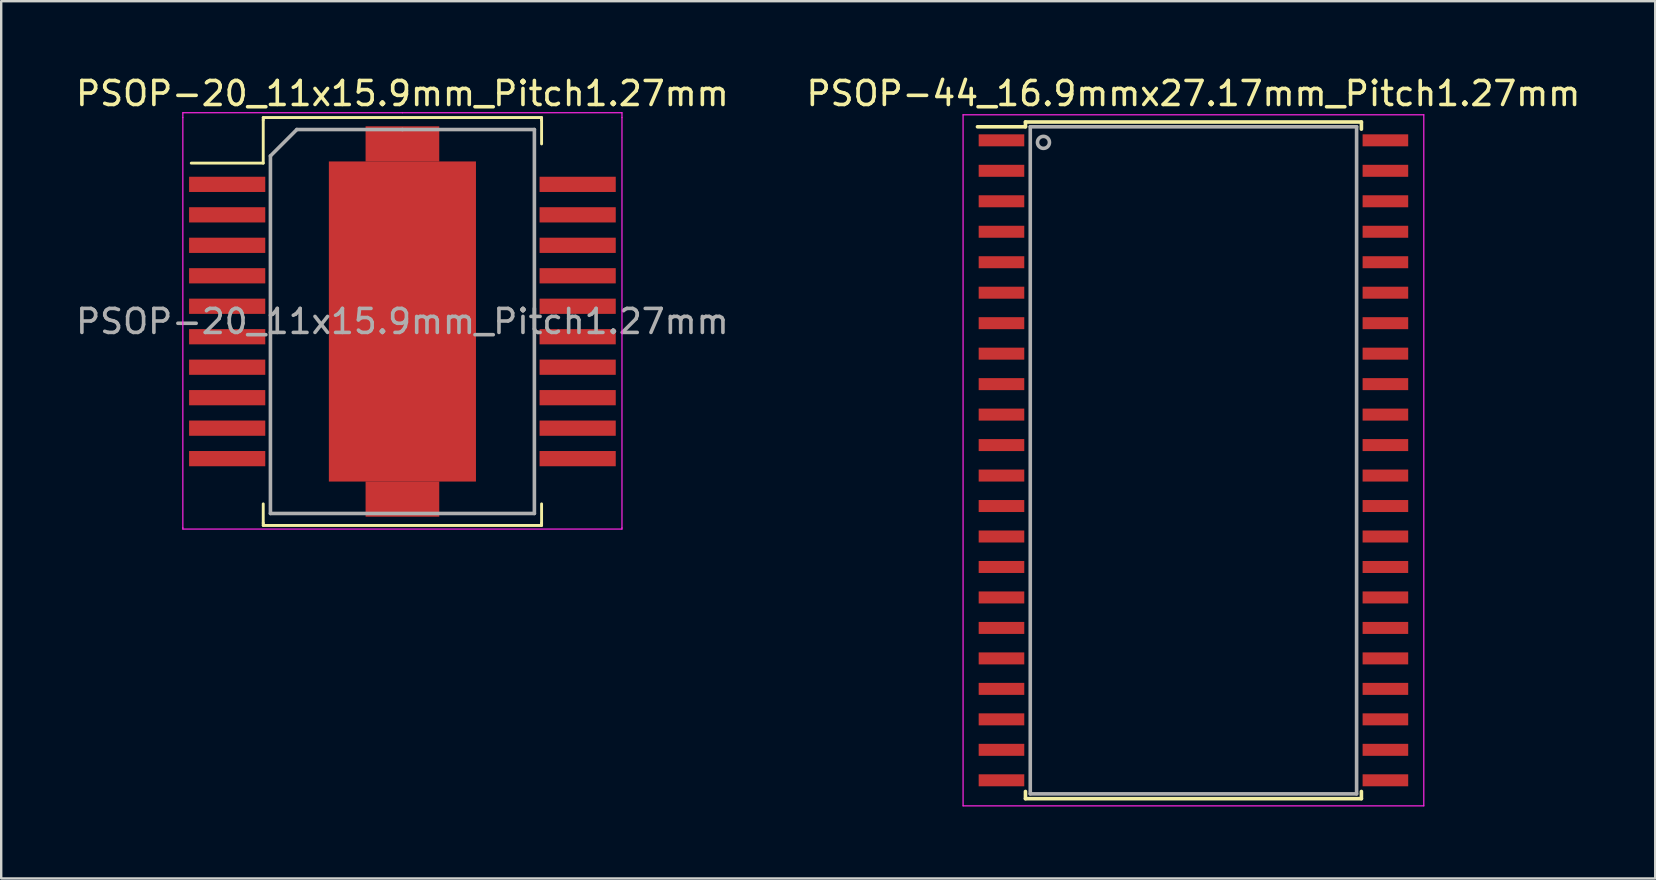
<source format=kicad_pcb>
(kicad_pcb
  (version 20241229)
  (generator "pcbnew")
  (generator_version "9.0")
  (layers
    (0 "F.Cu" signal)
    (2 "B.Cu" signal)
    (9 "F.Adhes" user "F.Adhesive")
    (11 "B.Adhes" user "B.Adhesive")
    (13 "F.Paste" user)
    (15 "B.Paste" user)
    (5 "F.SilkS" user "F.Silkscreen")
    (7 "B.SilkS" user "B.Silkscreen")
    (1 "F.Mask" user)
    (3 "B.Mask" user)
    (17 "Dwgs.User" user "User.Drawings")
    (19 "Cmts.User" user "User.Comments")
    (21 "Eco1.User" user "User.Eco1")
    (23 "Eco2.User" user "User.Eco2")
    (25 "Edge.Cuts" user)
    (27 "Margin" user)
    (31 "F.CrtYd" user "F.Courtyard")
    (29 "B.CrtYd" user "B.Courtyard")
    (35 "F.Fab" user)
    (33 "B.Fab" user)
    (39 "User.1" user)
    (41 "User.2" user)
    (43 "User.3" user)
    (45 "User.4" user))
  (footprint "PSOP-44_16.9mmx27.17mm_Pitch1.27mm"
    (layer "F.Cu")
    (at 46.685 16.133)
    (property "Reference" "PSOP-44_16.9mmx27.17mm_Pitch1.27mm" (at 0 -15.285 0) (layer "F.SilkS") (effects (font (size 1 1) (thickness 0.15))))
    (attr smd)
    (fp_line (start -7 -14.1) (end -7 -13.9) (stroke (width 0.15) (type solid)) (layer "F.SilkS"))
    (fp_line (start -7 -14.1) (end 7 -14.1) (stroke (width 0.15) (type solid)) (layer "F.SilkS"))
    (fp_line (start -7 -13.9) (end -9 -13.9) (stroke (width 0.15) (type solid)) (layer "F.SilkS"))
    (fp_line (start -7 13.8) (end -7 14.1) (stroke (width 0.15) (type solid)) (layer "F.SilkS"))
    (fp_line (start -7 14.1) (end 7 14.1) (stroke (width 0.15) (type solid)) (layer "F.SilkS"))
    (fp_line (start 7 -14.1) (end 7 -13.8) (stroke (width 0.15) (type solid)) (layer "F.SilkS"))
    (fp_line (start 7 13.8) (end 7 14.1) (stroke (width 0.15) (type solid)) (layer "F.SilkS"))
    (fp_line (start -9.6 -14.4) (end -9.6 14.4) (stroke (width 0.05) (type solid)) (layer "F.CrtYd"))
    (fp_line (start -9.6 -14.4) (end 9.6 -14.4) (stroke (width 0.05) (type solid)) (layer "F.CrtYd"))
    (fp_line (start -9.6 14.4) (end 9.6 14.4) (stroke (width 0.05) (type solid)) (layer "F.CrtYd"))
    (fp_line (start 9.6 -14.4) (end 9.6 14.4) (stroke (width 0.05) (type solid)) (layer "F.CrtYd"))
    (fp_line (start -6.8 -13.9) (end 6.8 -13.9) (stroke (width 0.15) (type solid)) (layer "F.Fab"))
    (fp_line (start -6.8 13.9) (end -6.8 -13.9) (stroke (width 0.15) (type solid)) (layer "F.Fab"))
    (fp_line (start 6.8 -13.9) (end 6.8 13.9) (stroke (width 0.15) (type solid)) (layer "F.Fab"))
    (fp_line (start 6.8 13.9) (end -6.8 13.9) (stroke (width 0.15) (type solid)) (layer "F.Fab"))
    (fp_circle (center -6.25 -13.25) (end -6.5 -13.25) (stroke (width 0.15) (type solid)) (fill no) (layer "F.Fab"))
    (pad "1" smd rect (at -8 -13.335 270) (size 0.5 1.9) (layers "F.Cu" "F.Mask" "F.Paste"))
    (pad "2" smd rect (at -8 -12.065 270) (size 0.5 1.9) (layers "F.Cu" "F.Mask" "F.Paste"))
    (pad "3" smd rect (at -8 -10.795 270) (size 0.5 1.9) (layers "F.Cu" "F.Mask" "F.Paste"))
    (pad "4" smd rect (at -8 -9.525 270) (size 0.5 1.9) (layers "F.Cu" "F.Mask" "F.Paste"))
    (pad "5" smd rect (at -8 -8.255 270) (size 0.5 1.9) (layers "F.Cu" "F.Mask" "F.Paste"))
    (pad "6" smd rect (at -8 -6.985 270) (size 0.5 1.9) (layers "F.Cu" "F.Mask" "F.Paste"))
    (pad "7" smd rect (at -8 -5.715 270) (size 0.5 1.9) (layers "F.Cu" "F.Mask" "F.Paste"))
    (pad "8" smd rect (at -8 -4.445 270) (size 0.5 1.9) (layers "F.Cu" "F.Mask" "F.Paste"))
    (pad "9" smd rect (at -8 -3.175 270) (size 0.5 1.9) (layers "F.Cu" "F.Mask" "F.Paste"))
    (pad "10" smd rect (at -8 -1.905 270) (size 0.5 1.9) (layers "F.Cu" "F.Mask" "F.Paste"))
    (pad "11" smd rect (at -8 -0.635 270) (size 0.5 1.9) (layers "F.Cu" "F.Mask" "F.Paste"))
    (pad "12" smd rect (at -8 0.635 270) (size 0.5 1.9) (layers "F.Cu" "F.Mask" "F.Paste"))
    (pad "13" smd rect (at -8 1.905 270) (size 0.5 1.9) (layers "F.Cu" "F.Mask" "F.Paste"))
    (pad "14" smd rect (at -8 3.175 270) (size 0.5 1.9) (layers "F.Cu" "F.Mask" "F.Paste"))
    (pad "15" smd rect (at -8 4.445 270) (size 0.5 1.9) (layers "F.Cu" "F.Mask" "F.Paste"))
    (pad "16" smd rect (at -8 5.715 270) (size 0.5 1.9) (layers "F.Cu" "F.Mask" "F.Paste"))
    (pad "17" smd rect (at -8 6.985 270) (size 0.5 1.9) (layers "F.Cu" "F.Mask" "F.Paste"))
    (pad "18" smd rect (at -8 8.255 270) (size 0.5 1.9) (layers "F.Cu" "F.Mask" "F.Paste"))
    (pad "19" smd rect (at -8 9.525 270) (size 0.5 1.9) (layers "F.Cu" "F.Mask" "F.Paste"))
    (pad "20" smd rect (at -8 10.795 270) (size 0.5 1.9) (layers "F.Cu" "F.Mask" "F.Paste"))
    (pad "21" smd rect (at -8 12.065 270) (size 0.5 1.9) (layers "F.Cu" "F.Mask" "F.Paste"))
    (pad "22" smd rect (at -8 13.335 270) (size 0.5 1.9) (layers "F.Cu" "F.Mask" "F.Paste"))
    (pad "23" smd rect (at 8 13.335 270) (size 0.5 1.9) (layers "F.Cu" "F.Mask" "F.Paste"))
    (pad "24" smd rect (at 8 12.065 270) (size 0.5 1.9) (layers "F.Cu" "F.Mask" "F.Paste"))
    (pad "25" smd rect (at 8 10.795 270) (size 0.5 1.9) (layers "F.Cu" "F.Mask" "F.Paste"))
    (pad "26" smd rect (at 8 9.525 270) (size 0.5 1.9) (layers "F.Cu" "F.Mask" "F.Paste"))
    (pad "27" smd rect (at 8 8.255 270) (size 0.5 1.9) (layers "F.Cu" "F.Mask" "F.Paste"))
    (pad "28" smd rect (at 8 6.985 270) (size 0.5 1.9) (layers "F.Cu" "F.Mask" "F.Paste"))
    (pad "29" smd rect (at 8 5.715 270) (size 0.5 1.9) (layers "F.Cu" "F.Mask" "F.Paste"))
    (pad "30" smd rect (at 8 4.445 270) (size 0.5 1.9) (layers "F.Cu" "F.Mask" "F.Paste"))
    (pad "31" smd rect (at 8 3.175 270) (size 0.5 1.9) (layers "F.Cu" "F.Mask" "F.Paste"))
    (pad "32" smd rect (at 8 1.905 270) (size 0.5 1.9) (layers "F.Cu" "F.Mask" "F.Paste"))
    (pad "33" smd rect (at 8 0.635 270) (size 0.5 1.9) (layers "F.Cu" "F.Mask" "F.Paste"))
    (pad "34" smd rect (at 8 -0.635 270) (size 0.5 1.9) (layers "F.Cu" "F.Mask" "F.Paste"))
    (pad "35" smd rect (at 8 -1.905 270) (size 0.5 1.9) (layers "F.Cu" "F.Mask" "F.Paste"))
    (pad "36" smd rect (at 8 -3.175 270) (size 0.5 1.9) (layers "F.Cu" "F.Mask" "F.Paste"))
    (pad "37" smd rect (at 8 -4.445 270) (size 0.5 1.9) (layers "F.Cu" "F.Mask" "F.Paste"))
    (pad "38" smd rect (at 8 -5.715 270) (size 0.5 1.9) (layers "F.Cu" "F.Mask" "F.Paste"))
    (pad "39" smd rect (at 8 -6.985 270) (size 0.5 1.9) (layers "F.Cu" "F.Mask" "F.Paste"))
    (pad "40" smd rect (at 8 -8.255 270) (size 0.5 1.9) (layers "F.Cu" "F.Mask" "F.Paste"))
    (pad "41" smd rect (at 8 -9.525 270) (size 0.5 1.9) (layers "F.Cu" "F.Mask" "F.Paste"))
    (pad "42" smd rect (at 8 -10.795 270) (size 0.5 1.9) (layers "F.Cu" "F.Mask" "F.Paste"))
    (pad "43" smd rect (at 8 -12.065 270) (size 0.5 1.9) (layers "F.Cu" "F.Mask" "F.Paste"))
    (pad "44" smd rect (at 8 -13.335 270) (size 0.5 1.9) (layers "F.Cu" "F.Mask" "F.Paste")))
  (footprint "PSOP-20_11x15.9mm_Pitch1.27mm"
    (layer "F.Cu")
    (at 13.72 10.348)
    (property "Reference" "PSOP-20_11x15.9mm_Pitch1.27mm" (at 0 -9.5 0) (layer "F.SilkS") (effects (font (size 1 1) (thickness 0.15))))
    (attr smd)
    (fp_line (start -5.8 -8.5) (end -5.8 -8.4) (stroke (width 0.12) (type solid)) (layer "F.SilkS"))
    (fp_line (start -5.8 -8.4) (end -5.8 -6.6) (stroke (width 0.12) (type solid)) (layer "F.SilkS"))
    (fp_line (start -5.8 -6.6) (end -8.8 -6.6) (stroke (width 0.12) (type solid)) (layer "F.SilkS"))
    (fp_line (start -5.8 8.4) (end -5.8 7.6) (stroke (width 0.12) (type solid)) (layer "F.SilkS"))
    (fp_line (start -5.8 8.4) (end -5.8 8.5) (stroke (width 0.12) (type solid)) (layer "F.SilkS"))
    (fp_line (start 5.8 -8.5) (end -5.8 -8.5) (stroke (width 0.12) (type solid)) (layer "F.SilkS"))
    (fp_line (start 5.8 -8.5) (end 5.8 -8.4) (stroke (width 0.12) (type solid)) (layer "F.SilkS"))
    (fp_line (start 5.8 -7.4) (end 5.8 -8.4) (stroke (width 0.12) (type solid)) (layer "F.SilkS"))
    (fp_line (start 5.8 7.6) (end 5.8 8.4) (stroke (width 0.12) (type solid)) (layer "F.SilkS"))
    (fp_line (start 5.8 8.4) (end 5.8 8.5) (stroke (width 0.12) (type solid)) (layer "F.SilkS"))
    (fp_line (start 5.8 8.5) (end -5.8 8.5) (stroke (width 0.12) (type solid)) (layer "F.SilkS"))
    (fp_line (start -9.15 -8.7) (end -9.15 -8.5) (stroke (width 0.05) (type solid)) (layer "F.CrtYd"))
    (fp_line (start -9.15 -8.7) (end 0 -8.7) (stroke (width 0.05) (type solid)) (layer "F.CrtYd"))
    (fp_line (start -9.15 8.6) (end -9.15 -8.5) (stroke (width 0.05) (type solid)) (layer "F.CrtYd"))
    (fp_line (start -9.15 8.6) (end -9.15 8.65) (stroke (width 0.05) (type solid)) (layer "F.CrtYd"))
    (fp_line (start 0 -8.7) (end 9.15 -8.7) (stroke (width 0.05) (type solid)) (layer "F.CrtYd"))
    (fp_line (start 9.15 -8.7) (end 9.15 -8.5) (stroke (width 0.05) (type solid)) (layer "F.CrtYd"))
    (fp_line (start 9.15 -8.5) (end 9.15 8.6) (stroke (width 0.05) (type solid)) (layer "F.CrtYd"))
    (fp_line (start 9.15 8.6) (end 9.15 8.65) (stroke (width 0.05) (type solid)) (layer "F.CrtYd"))
    (fp_line (start 9.15 8.65) (end -9.15 8.65) (stroke (width 0.05) (type solid)) (layer "F.CrtYd"))
    (fp_line (start -5.5 -6.9) (end -4.4 -8) (stroke (width 0.15) (type solid)) (layer "F.Fab"))
    (fp_line (start -5.5 8) (end -5.5 -6.9) (stroke (width 0.15) (type solid)) (layer "F.Fab"))
    (fp_line (start -4.4 -8) (end 0 -8) (stroke (width 0.15) (type solid)) (layer "F.Fab"))
    (fp_line (start 0 -8) (end 5.5 -8) (stroke (width 0.15) (type solid)) (layer "F.Fab"))
    (fp_line (start 5.5 -8) (end 5.5 8) (stroke (width 0.15) (type solid)) (layer "F.Fab"))
    (fp_line (start 5.5 8) (end -5.5 8) (stroke (width 0.15) (type solid)) (layer "F.Fab"))
    (fp_text user "${REFERENCE}" (at 0 0 0) (layer "F.Fab") (effects (font (size 1 1) (thickness 0.15))))
    (pad "0" smd rect (at 0 -7.4) (size 3.07 1.47) (layers "F.Cu" "F.Mask" "F.Paste"))
    (pad "0" smd rect (at 0 0) (size 6.13 13.34) (layers "F.Cu" "F.Mask" "F.Paste"))
    (pad "0" smd rect (at 0 7.4) (size 3.07 1.47) (layers "F.Cu" "F.Mask" "F.Paste"))
    (pad "1" smd rect (at -7.303 -5.715) (size 3.175 0.635) (layers "F.Cu" "F.Mask" "F.Paste"))
    (pad "2" smd rect (at -7.303 -4.445) (size 3.175 0.635) (layers "F.Cu" "F.Mask" "F.Paste"))
    (pad "3" smd rect (at -7.303 -3.175) (size 3.175 0.635) (layers "F.Cu" "F.Mask" "F.Paste"))
    (pad "4" smd rect (at -7.303 -1.905) (size 3.175 0.635) (layers "F.Cu" "F.Mask" "F.Paste"))
    (pad "5" smd rect (at -7.303 -0.635) (size 3.175 0.635) (layers "F.Cu" "F.Mask" "F.Paste"))
    (pad "6" smd rect (at -7.303 0.635) (size 3.175 0.635) (layers "F.Cu" "F.Mask" "F.Paste"))
    (pad "7" smd rect (at -7.303 1.905) (size 3.175 0.635) (layers "F.Cu" "F.Mask" "F.Paste"))
    (pad "8" smd rect (at -7.303 3.175) (size 3.175 0.635) (layers "F.Cu" "F.Mask" "F.Paste"))
    (pad "9" smd rect (at -7.303 4.445) (size 3.175 0.635) (layers "F.Cu" "F.Mask" "F.Paste"))
    (pad "10" smd rect (at -7.303 5.715) (size 3.175 0.635) (layers "F.Cu" "F.Mask" "F.Paste"))
    (pad "11" smd rect (at 7.303 5.715) (size 3.175 0.635) (layers "F.Cu" "F.Mask" "F.Paste"))
    (pad "12" smd rect (at 7.303 4.445) (size 3.175 0.635) (layers "F.Cu" "F.Mask" "F.Paste"))
    (pad "13" smd rect (at 7.303 3.175) (size 3.175 0.635) (layers "F.Cu" "F.Mask" "F.Paste"))
    (pad "14" smd rect (at 7.303 1.905) (size 3.175 0.635) (layers "F.Cu" "F.Mask" "F.Paste"))
    (pad "15" smd rect (at 7.303 0.635) (size 3.175 0.635) (layers "F.Cu" "F.Mask" "F.Paste"))
    (pad "16" smd rect (at 7.303 -0.635) (size 3.175 0.635) (layers "F.Cu" "F.Mask" "F.Paste"))
    (pad "17" smd rect (at 7.303 -1.905) (size 3.175 0.635) (layers "F.Cu" "F.Mask" "F.Paste"))
    (pad "18" smd rect (at 7.303 -3.175) (size 3.175 0.635) (layers "F.Cu" "F.Mask" "F.Paste"))
    (pad "19" smd rect (at 7.303 -4.445) (size 3.175 0.635) (layers "F.Cu" "F.Mask" "F.Paste"))
    (pad "20" smd rect (at 7.303 -5.715) (size 3.175 0.635) (layers "F.Cu" "F.Mask" "F.Paste")))
  (gr_rect
    (start -3 -3)
    (end 65.929 33.558)
    (stroke (width 0.1) (type default))
    (fill no)
    (layer "Edge.Cuts")))
</source>
